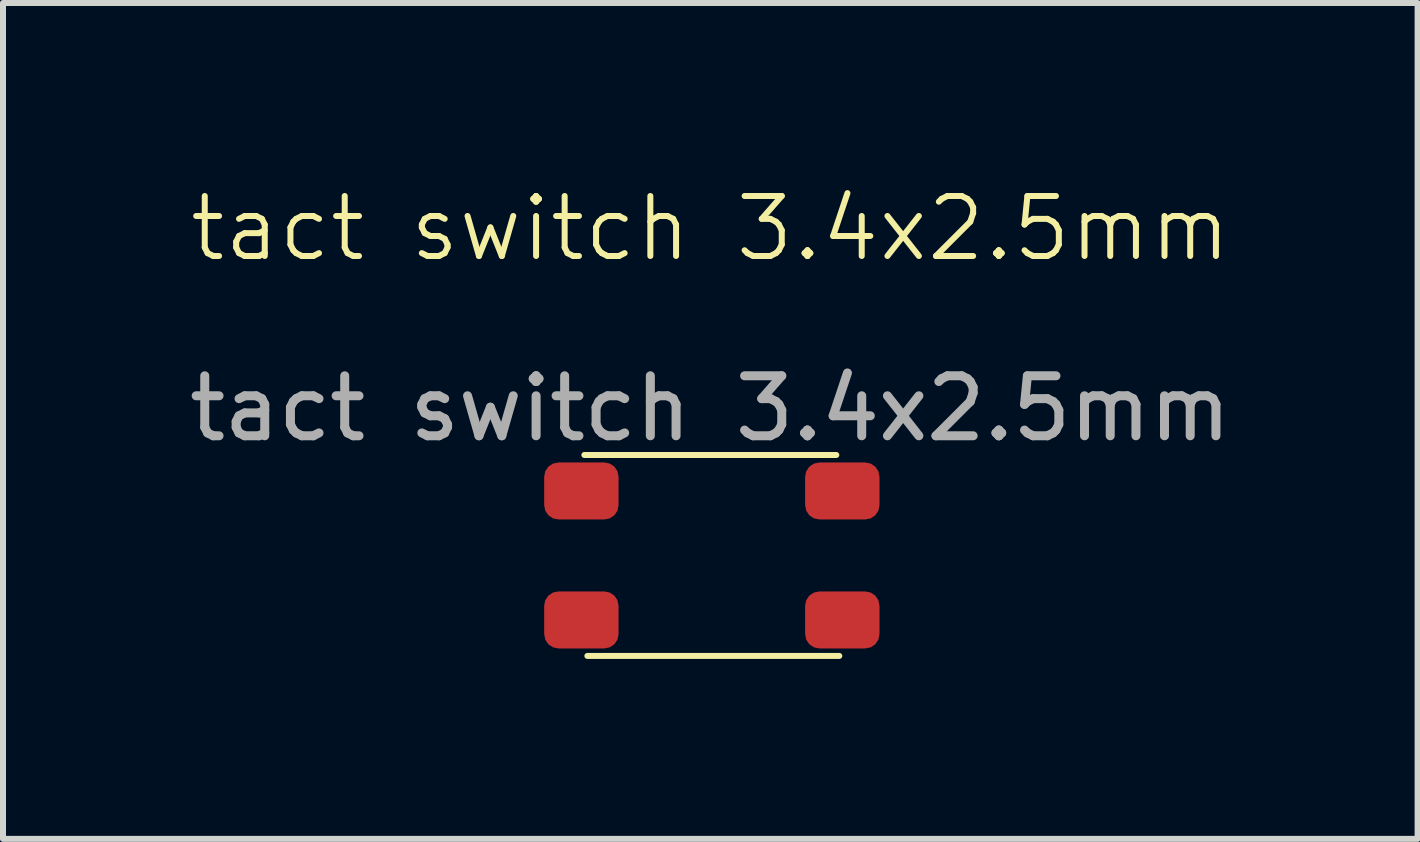
<source format=kicad_pcb>
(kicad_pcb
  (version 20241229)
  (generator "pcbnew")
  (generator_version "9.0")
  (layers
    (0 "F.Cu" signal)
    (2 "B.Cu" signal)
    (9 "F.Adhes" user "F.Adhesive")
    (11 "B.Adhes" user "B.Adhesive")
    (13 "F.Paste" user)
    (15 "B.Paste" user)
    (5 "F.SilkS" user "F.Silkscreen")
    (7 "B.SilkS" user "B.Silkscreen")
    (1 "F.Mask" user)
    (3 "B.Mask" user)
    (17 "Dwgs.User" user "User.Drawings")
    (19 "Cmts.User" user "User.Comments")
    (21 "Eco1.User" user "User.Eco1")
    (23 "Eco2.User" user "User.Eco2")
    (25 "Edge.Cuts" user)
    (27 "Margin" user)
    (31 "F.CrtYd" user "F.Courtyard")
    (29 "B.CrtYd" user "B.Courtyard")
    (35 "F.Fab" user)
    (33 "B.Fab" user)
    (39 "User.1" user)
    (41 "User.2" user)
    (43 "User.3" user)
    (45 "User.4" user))
  (footprint "tact switch 3.4x2.5mm"
    (layer "F.Cu")
    (at 8.817 6.21)
    (property "Reference" "tact switch 3.4x2.5mm" (at -0.025 -5.45 0) (unlocked yes) (layer "F.SilkS") (effects (font (size 1 1) (thickness 0.1))))
    (attr smd)
    (fp_line (start -2.125 -1.675) (end 2.075 -1.675) (stroke (width 0.1) (type solid)) (layer "F.SilkS"))
    (fp_line (start -2.075 1.675) (end 2.125 1.675) (stroke (width 0.1) (type solid)) (layer "F.SilkS"))
    (fp_text user "${REFERENCE}" (at -0.025 -2.45 0) (unlocked yes) (layer "F.Fab") (effects (font (size 1 1) (thickness 0.15))))
    (pad "1" smd roundrect (at -2.175 -1.075 90) (size 0.95 1.24) (layers "F.Cu" "F.Mask" "F.Paste") (roundrect_rratio 0.25))
    (pad "2" smd roundrect (at 2.175 -1.075 90) (size 0.95 1.24) (layers "F.Cu" "F.Mask" "F.Paste") (roundrect_rratio 0.25))
    (pad "3" smd roundrect (at -2.175 1.075 90) (size 0.95 1.24) (layers "F.Cu" "F.Mask" "F.Paste") (roundrect_rratio 0.25))
    (pad "4" smd roundrect (at 2.175 1.075 90) (size 0.95 1.24) (layers "F.Cu" "F.Mask" "F.Paste") (roundrect_rratio 0.25)))
  (gr_rect
    (start -3 -3)
    (end 20.583 10.935)
    (stroke (width 0.1) (type default))
    (fill no)
    (layer "Edge.Cuts")))
</source>
